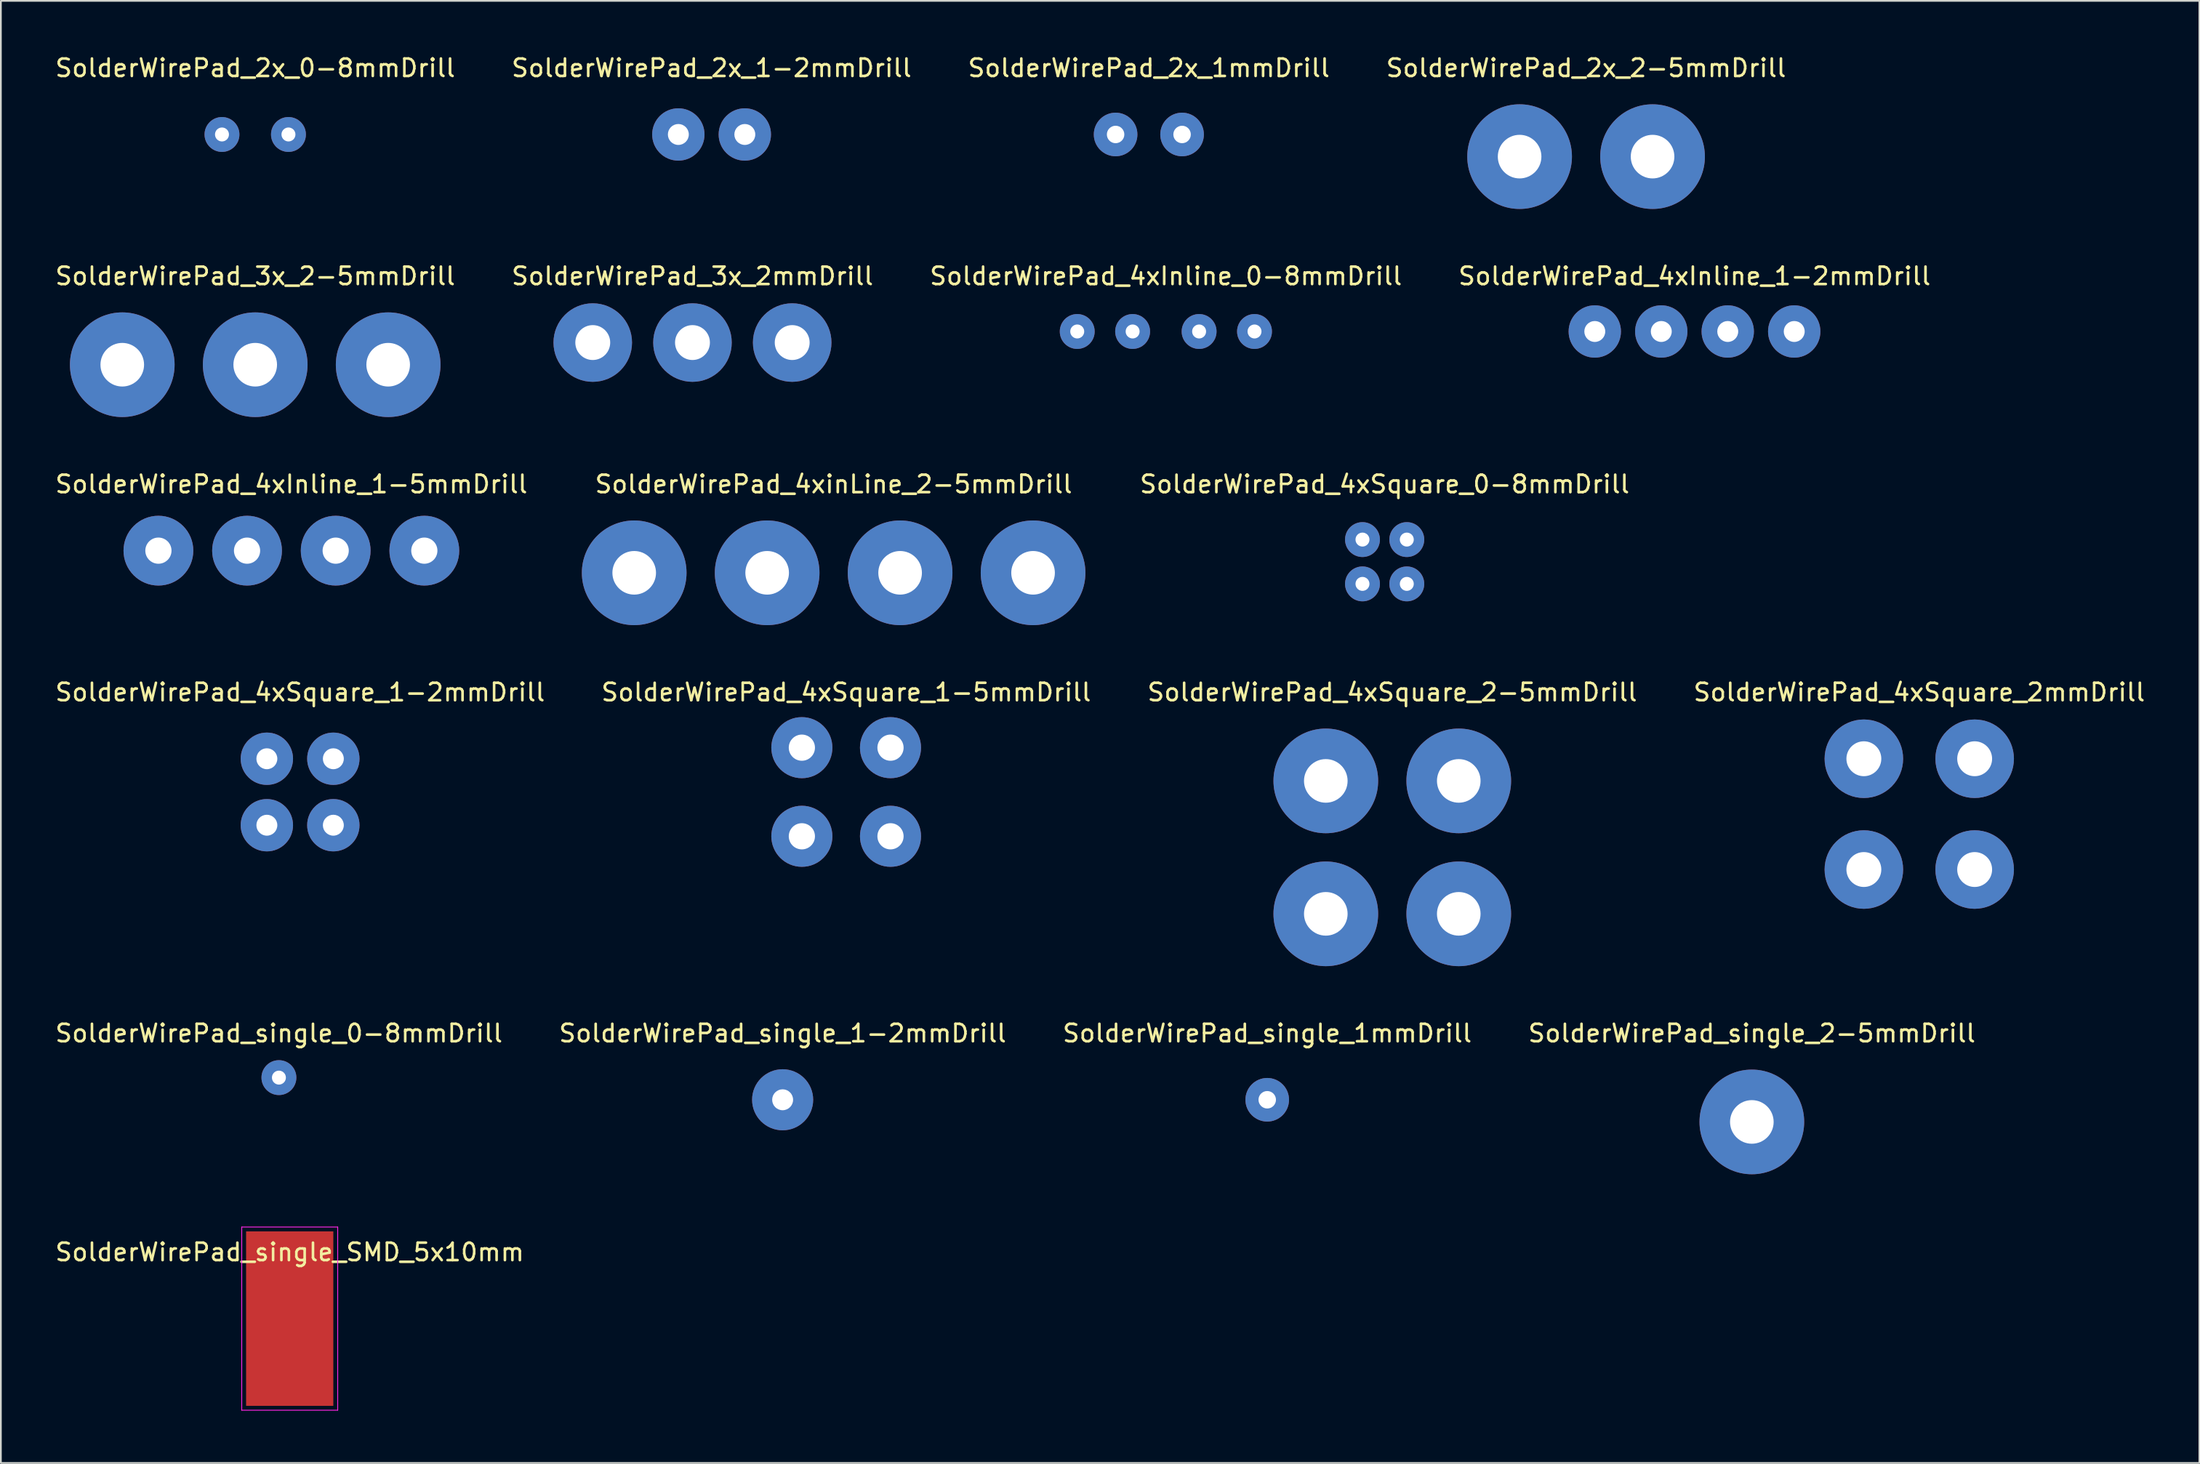
<source format=kicad_pcb>
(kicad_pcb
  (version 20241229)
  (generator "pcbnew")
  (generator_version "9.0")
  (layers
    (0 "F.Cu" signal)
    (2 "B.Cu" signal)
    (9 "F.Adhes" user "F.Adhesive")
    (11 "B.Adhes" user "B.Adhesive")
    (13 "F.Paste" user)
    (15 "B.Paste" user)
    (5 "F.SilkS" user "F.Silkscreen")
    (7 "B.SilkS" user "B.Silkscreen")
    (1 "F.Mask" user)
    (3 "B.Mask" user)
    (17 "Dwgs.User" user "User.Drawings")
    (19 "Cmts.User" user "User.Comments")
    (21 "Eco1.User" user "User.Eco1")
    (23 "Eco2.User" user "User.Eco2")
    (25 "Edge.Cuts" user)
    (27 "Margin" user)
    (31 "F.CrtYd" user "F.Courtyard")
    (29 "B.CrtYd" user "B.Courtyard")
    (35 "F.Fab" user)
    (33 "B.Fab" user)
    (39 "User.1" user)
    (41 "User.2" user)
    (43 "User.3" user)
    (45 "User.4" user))
  (footprint "SolderWirePad_single_1mmDrill"
    (layer "F.Cu")
    (at 69.577 59.99)
    (property "Reference" "SolderWirePad_single_1mmDrill" (at 0 -3.81 0) (layer "F.SilkS") (effects (font (size 1 1) (thickness 0.15))))
    (attr through_hole)
    (pad "1" thru_hole circle (at 0 0) (size 2.499 2.499) (drill 1.001) (layers "*.Cu" "*.Mask")))
  (footprint "SolderWirePad_4xInline_1-5mmDrill"
    (layer "F.Cu")
    (at 13.649 28.514)
    (property "Reference" "SolderWirePad_4xInline_1-5mmDrill" (at 0 -3.81 0) (layer "F.SilkS") (effects (font (size 1 1) (thickness 0.15))))
    (attr through_hole)
    (pad "1" thru_hole circle (at -7.62 0) (size 4 4) (drill 1.501) (layers "*.Cu" "*.Mask"))
    (pad "1" thru_hole circle (at -2.54 0) (size 4 4) (drill 1.501) (layers "*.Cu" "*.Mask"))
    (pad "1" thru_hole circle (at 2.54 0) (size 4 4) (drill 1.501) (layers "*.Cu" "*.Mask"))
    (pad "1" thru_hole circle (at 7.62 0) (size 4 4) (drill 1.501) (layers "*.Cu" "*.Mask")))
  (footprint "SolderWirePad_3x_2mmDrill"
    (layer "F.Cu")
    (at 36.637 16.586)
    (property "Reference" "SolderWirePad_3x_2mmDrill" (at 0 -3.81 0) (layer "F.SilkS") (effects (font (size 1 1) (thickness 0.15))))
    (attr through_hole)
    (pad "1" thru_hole circle (at -5.715 0) (size 4.501 4.501) (drill 1.999) (layers "*.Cu" "*.Mask"))
    (pad "1" thru_hole circle (at 0 0) (size 4.501 4.501) (drill 1.999) (layers "*.Cu" "*.Mask"))
    (pad "1" thru_hole circle (at 5.715 0) (size 4.501 4.501) (drill 1.999) (layers "*.Cu" "*.Mask")))
  (footprint "SolderWirePad_2x_1mmDrill"
    (layer "F.Cu")
    (at 62.792 4.658)
    (property "Reference" "SolderWirePad_2x_1mmDrill" (at 0 -3.81 0) (layer "F.SilkS") (effects (font (size 1 1) (thickness 0.15))))
    (attr through_hole)
    (pad "1" thru_hole circle (at -1.905 0) (size 2.499 2.499) (drill 1.001) (layers "*.Cu" "*.Mask"))
    (pad "1" thru_hole circle (at 1.905 0) (size 2.499 2.499) (drill 1.001) (layers "*.Cu" "*.Mask")))
  (footprint "SolderWirePad_2x_2-5mmDrill"
    (layer "F.Cu")
    (at 87.851 5.928)
    (property "Reference" "SolderWirePad_2x_2-5mmDrill" (at 0 -5.08 0) (layer "F.SilkS") (effects (font (size 1 1) (thickness 0.15))))
    (attr through_hole)
    (pad "1" thru_hole circle (at -3.81 0) (size 5.999 5.999) (drill 2.499) (layers "*.Cu" "*.Mask"))
    (pad "1" thru_hole circle (at 3.81 0) (size 5.999 5.999) (drill 2.499) (layers "*.Cu" "*.Mask")))
  (footprint "SolderWirePad_4xInline_1-2mmDrill"
    (layer "F.Cu")
    (at 94.065 15.951)
    (property "Reference" "SolderWirePad_4xInline_1-2mmDrill" (at 0 -3.175 0) (layer "F.SilkS") (effects (font (size 1 1) (thickness 0.15))))
    (attr through_hole)
    (pad "1" thru_hole circle (at -5.715 0) (size 3 3) (drill 1.199) (layers "*.Cu" "*.Mask"))
    (pad "1" thru_hole circle (at -1.905 0) (size 3 3) (drill 1.199) (layers "*.Cu" "*.Mask"))
    (pad "1" thru_hole circle (at 1.905 0) (size 3 3) (drill 1.199) (layers "*.Cu" "*.Mask"))
    (pad "1" thru_hole circle (at 5.715 0) (size 3 3) (drill 1.199) (layers "*.Cu" "*.Mask")))
  (footprint "SolderWirePad_4xinLine_2-5mmDrill"
    (layer "F.Cu")
    (at 44.727 29.784)
    (property "Reference" "SolderWirePad_4xinLine_2-5mmDrill" (at 0 -5.08 0) (layer "F.SilkS") (effects (font (size 1 1) (thickness 0.15))))
    (attr through_hole)
    (pad "1" thru_hole circle (at -11.43 0) (size 5.999 5.999) (drill 2.499) (layers "*.Cu" "*.Mask"))
    (pad "1" thru_hole circle (at -3.81 0) (size 5.999 5.999) (drill 2.499) (layers "*.Cu" "*.Mask"))
    (pad "1" thru_hole circle (at 3.81 0) (size 5.999 5.999) (drill 2.499) (layers "*.Cu" "*.Mask"))
    (pad "1" thru_hole circle (at 11.43 0) (size 5.999 5.999) (drill 2.499) (layers "*.Cu" "*.Mask")))
  (footprint "SolderWirePad_single_0-8mmDrill"
    (layer "F.Cu")
    (at 12.935 58.72)
    (property "Reference" "SolderWirePad_single_0-8mmDrill" (at 0 -2.54 0) (layer "F.SilkS") (effects (font (size 1 1) (thickness 0.15))))
    (attr through_hole)
    (pad "1" thru_hole circle (at 0 0) (size 1.999 1.999) (drill 0.8) (layers "*.Cu" "*.Mask")))
  (footprint "SolderWirePad_4xInline_0-8mmDrill"
    (layer "F.Cu")
    (at 63.768 15.951)
    (property "Reference" "SolderWirePad_4xInline_0-8mmDrill" (at 0 -3.175 0) (layer "F.SilkS") (effects (font (size 1 1) (thickness 0.15))))
    (attr through_hole)
    (pad "1" thru_hole circle (at -5.08 0) (size 1.999 1.999) (drill 0.8) (layers "*.Cu" "*.Mask"))
    (pad "1" thru_hole circle (at -1.905 0) (size 1.999 1.999) (drill 0.8) (layers "*.Cu" "*.Mask"))
    (pad "1" thru_hole circle (at 1.905 0) (size 1.999 1.999) (drill 0.8) (layers "*.Cu" "*.Mask"))
    (pad "1" thru_hole circle (at 5.08 0) (size 1.999 1.999) (drill 0.8) (layers "*.Cu" "*.Mask")))
  (footprint "SolderWirePad_4xSquare_2mmDrill"
    (layer "F.Cu")
    (at 106.946 43.617)
    (property "Reference" "SolderWirePad_4xSquare_2mmDrill" (at 0 -6.985 0) (layer "F.SilkS") (effects (font (size 1 1) (thickness 0.15))))
    (attr through_hole)
    (pad "1" thru_hole circle (at -3.175 -3.175) (size 4.501 4.501) (drill 1.999) (layers "*.Cu" "*.Mask"))
    (pad "1" thru_hole circle (at -3.175 3.175) (size 4.501 4.501) (drill 1.999) (layers "*.Cu" "*.Mask"))
    (pad "1" thru_hole circle (at 3.175 -3.175) (size 4.501 4.501) (drill 1.999) (layers "*.Cu" "*.Mask"))
    (pad "1" thru_hole circle (at 3.175 3.175) (size 4.501 4.501) (drill 1.999) (layers "*.Cu" "*.Mask")))
  (footprint "SolderWirePad_4xSquare_2-5mmDrill"
    (layer "F.Cu")
    (at 76.744 45.522)
    (property "Reference" "SolderWirePad_4xSquare_2-5mmDrill" (at 0 -8.89 0) (layer "F.SilkS") (effects (font (size 1 1) (thickness 0.15))))
    (attr through_hole)
    (pad "1" thru_hole circle (at -3.81 -3.81) (size 5.999 5.999) (drill 2.499) (layers "*.Cu" "*.Mask"))
    (pad "1" thru_hole circle (at -3.81 3.81) (size 5.999 5.999) (drill 2.499) (layers "*.Cu" "*.Mask"))
    (pad "1" thru_hole circle (at 3.81 -3.81) (size 5.999 5.999) (drill 2.499) (layers "*.Cu" "*.Mask"))
    (pad "1" thru_hole circle (at 3.81 3.81) (size 5.999 5.999) (drill 2.499) (layers "*.Cu" "*.Mask")))
  (footprint "SolderWirePad_3x_2-5mmDrill"
    (layer "F.Cu")
    (at 11.577 17.856)
    (property "Reference" "SolderWirePad_3x_2-5mmDrill" (at 0 -5.08 0) (layer "F.SilkS") (effects (font (size 1 1) (thickness 0.15))))
    (attr through_hole)
    (pad "1" thru_hole circle (at -7.62 0) (size 5.999 5.999) (drill 2.499) (layers "*.Cu" "*.Mask"))
    (pad "1" thru_hole circle (at 0 0) (size 5.999 5.999) (drill 2.499) (layers "*.Cu" "*.Mask"))
    (pad "1" thru_hole circle (at 7.62 0) (size 5.999 5.999) (drill 2.499) (layers "*.Cu" "*.Mask")))
  (footprint "SolderWirePad_2x_0-8mmDrill"
    (layer "F.Cu")
    (at 11.577 4.658)
    (property "Reference" "SolderWirePad_2x_0-8mmDrill" (at 0 -3.81 0) (layer "F.SilkS") (effects (font (size 1 1) (thickness 0.15))))
    (attr through_hole)
    (pad "1" thru_hole circle (at -1.905 0) (size 1.999 1.999) (drill 0.8) (layers "*.Cu" "*.Mask"))
    (pad "1" thru_hole circle (at 1.905 0) (size 1.999 1.999) (drill 0.8) (layers "*.Cu" "*.Mask")))
  (footprint "SolderWirePad_single_SMD_5x10mm"
    (layer "F.Cu")
    (at 13.554 72.535)
    (property "Reference" "SolderWirePad_single_SMD_5x10mm" (at 0 -3.81 0) (layer "F.SilkS") (effects (font (size 1 1) (thickness 0.15))))
    (attr smd)
    (fp_line (start -2.75 -5.25) (end -2.75 5.25) (stroke (width 0.05) (type solid)) (layer "F.CrtYd"))
    (fp_line (start -2.75 5.25) (end 2.75 5.25) (stroke (width 0.05) (type solid)) (layer "F.CrtYd"))
    (fp_line (start 2.75 -5.25) (end -2.75 -5.25) (stroke (width 0.05) (type solid)) (layer "F.CrtYd"))
    (fp_line (start 2.75 5.25) (end 2.75 -5.25) (stroke (width 0.05) (type solid)) (layer "F.CrtYd"))
    (pad "1" smd rect (at 0 0) (size 5 10) (layers "F.Cu" "F.Mask" "F.Paste")))
  (footprint "SolderWirePad_single_1-2mmDrill"
    (layer "F.Cu")
    (at 41.804 59.99)
    (property "Reference" "SolderWirePad_single_1-2mmDrill" (at 0 -3.81 0) (layer "F.SilkS") (effects (font (size 1 1) (thickness 0.15))))
    (attr through_hole)
    (pad "1" thru_hole circle (at 0 0) (size 3.5 3.5) (drill 1.199) (layers "*.Cu" "*.Mask")))
  (footprint "SolderWirePad_single_2-5mmDrill"
    (layer "F.Cu")
    (at 97.351 61.26)
    (property "Reference" "SolderWirePad_single_2-5mmDrill" (at 0 -5.08 0) (layer "F.SilkS") (effects (font (size 1 1) (thickness 0.15))))
    (attr through_hole)
    (pad "1" thru_hole circle (at 0 0) (size 5.999 5.999) (drill 2.499) (layers "*.Cu" "*.Mask")))
  (footprint "SolderWirePad_4xSquare_1-2mmDrill"
    (layer "F.Cu")
    (at 14.149 42.347)
    (property "Reference" "SolderWirePad_4xSquare_1-2mmDrill" (at 0 -5.715 0) (layer "F.SilkS") (effects (font (size 1 1) (thickness 0.15))))
    (attr through_hole)
    (pad "1" thru_hole circle (at -1.905 -1.905) (size 3 3) (drill 1.199) (layers "*.Cu" "*.Mask"))
    (pad "1" thru_hole circle (at -1.905 1.905) (size 3 3) (drill 1.199) (layers "*.Cu" "*.Mask"))
    (pad "1" thru_hole circle (at 1.905 -1.905) (size 3 3) (drill 1.199) (layers "*.Cu" "*.Mask"))
    (pad "1" thru_hole circle (at 1.905 1.905) (size 3 3) (drill 1.199) (layers "*.Cu" "*.Mask")))
  (footprint "SolderWirePad_4xSquare_1-5mmDrill"
    (layer "F.Cu")
    (at 45.446 42.347)
    (property "Reference" "SolderWirePad_4xSquare_1-5mmDrill" (at 0 -5.715 0) (layer "F.SilkS") (effects (font (size 1 1) (thickness 0.15))))
    (attr through_hole)
    (pad "1" thru_hole circle (at -2.54 -2.54) (size 3.5 3.5) (drill 1.501) (layers "*.Cu" "*.Mask"))
    (pad "1" thru_hole circle (at -2.54 2.54) (size 3.5 3.5) (drill 1.501) (layers "*.Cu" "*.Mask"))
    (pad "1" thru_hole circle (at 2.54 -2.54) (size 3.5 3.5) (drill 1.501) (layers "*.Cu" "*.Mask"))
    (pad "1" thru_hole circle (at 2.54 2.54) (size 3.5 3.5) (drill 1.501) (layers "*.Cu" "*.Mask")))
  (footprint "SolderWirePad_4xSquare_0-8mmDrill"
    (layer "F.Cu")
    (at 76.306 29.149)
    (property "Reference" "SolderWirePad_4xSquare_0-8mmDrill" (at 0 -4.445 0) (layer "F.SilkS") (effects (font (size 1 1) (thickness 0.15))))
    (attr through_hole)
    (pad "1" thru_hole circle (at -1.27 -1.27) (size 1.999 1.999) (drill 0.8) (layers "*.Cu" "*.Mask"))
    (pad "1" thru_hole circle (at -1.27 1.27) (size 1.999 1.999) (drill 0.8) (layers "*.Cu" "*.Mask"))
    (pad "1" thru_hole circle (at 1.27 -1.27) (size 1.999 1.999) (drill 0.8) (layers "*.Cu" "*.Mask"))
    (pad "1" thru_hole circle (at 1.27 1.27) (size 1.999 1.999) (drill 0.8) (layers "*.Cu" "*.Mask")))
  (footprint "SolderWirePad_2x_1-2mmDrill"
    (layer "F.Cu")
    (at 37.732 4.658)
    (property "Reference" "SolderWirePad_2x_1-2mmDrill" (at 0 -3.81 0) (layer "F.SilkS") (effects (font (size 1 1) (thickness 0.15))))
    (attr through_hole)
    (pad "1" thru_hole circle (at -1.905 0) (size 3 3) (drill 1.199) (layers "*.Cu" "*.Mask"))
    (pad "1" thru_hole circle (at 1.905 0) (size 3 3) (drill 1.199) (layers "*.Cu" "*.Mask")))
  (gr_rect
    (start -3 -3)
    (end 123 80.81)
    (stroke (width 0.1) (type default))
    (fill no)
    (layer "Edge.Cuts")))
</source>
